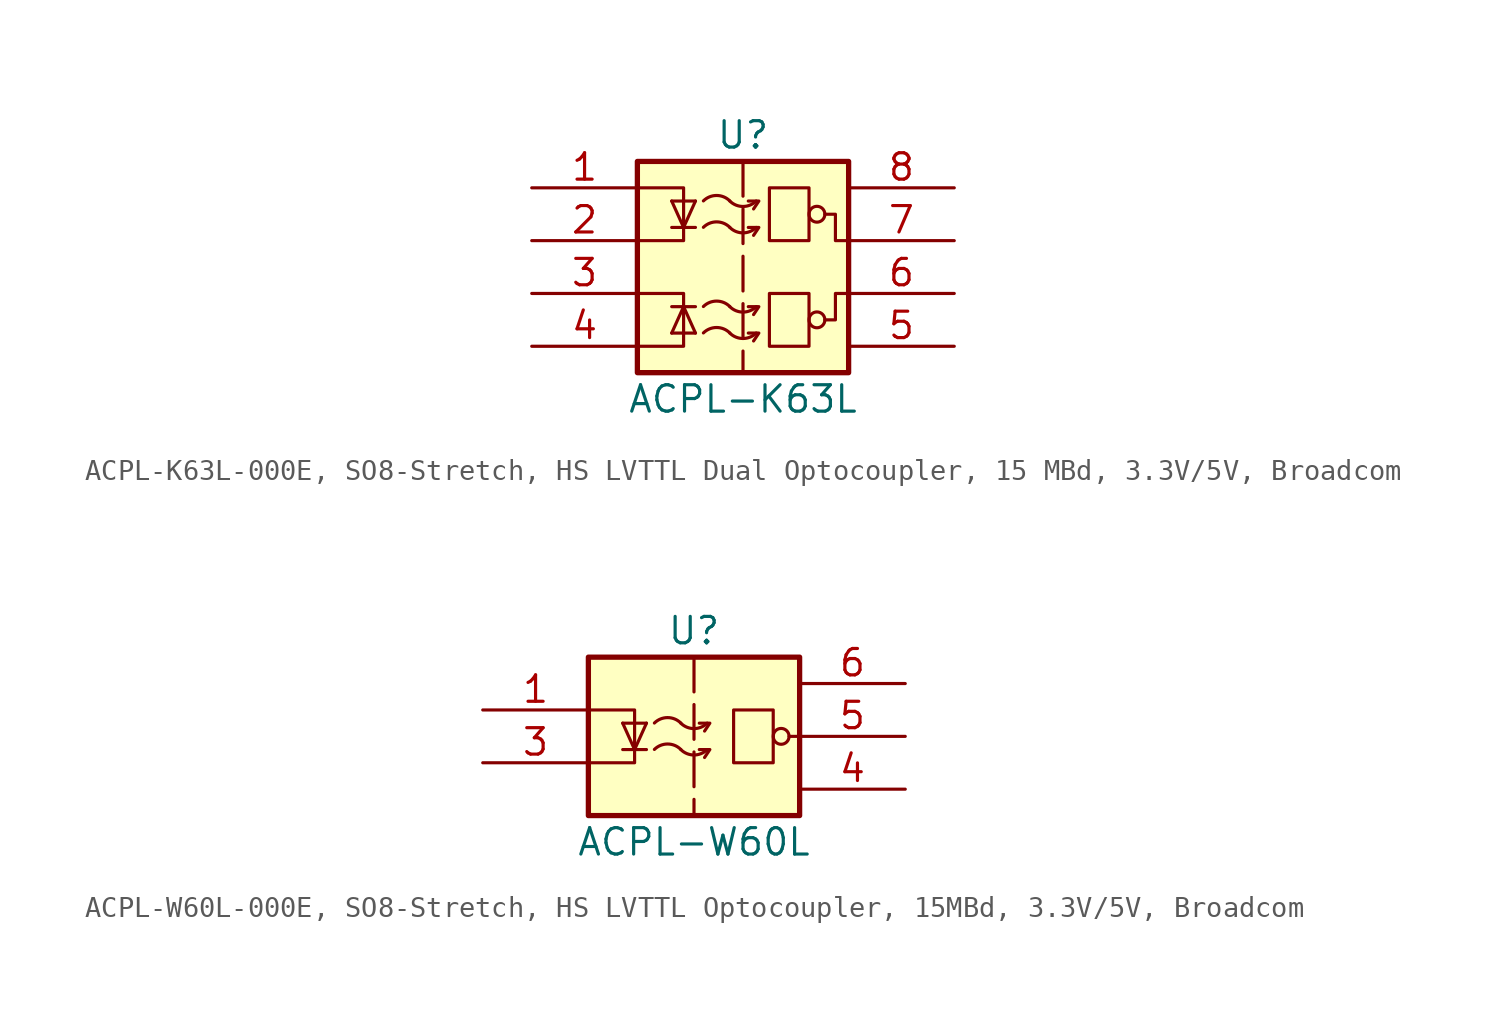
<source format=kicad_sym>
(kicad_symbol_lib
  (version 20241209)
  (generator "kicad_symbol_editor")
  (generator_version "9.0")
  (symbol "ACPL-K63L-000E, SO8-Stretch, HS LVTTL Dual Optocoupler, 15 MBd, 3.3V/5V, Broadcom"
    (pin_names
      (hide yes))
    (property "Reference" "U"
      (at 0 6.35 0)
      (effects (font (size 1.27 1.27))))
    (property "Value" "ACPL-K63L"
      (at 0 -6.35 0)
      (effects (font (size 1.27 1.27))))
    (symbol "ACPL-K63L-000E, SO8-Stretch, HS LVTTL Dual Optocoupler, 15 MBd, 3.3V/5V, Broadcom_0_1"
      (rectangle (start -5.08 5.08) (end 5.08 -5.08) (stroke (width 0.254) (type default)) (fill (type background)))
      (polyline (pts (xy -5.08 3.81) (xy -2.857 3.81) (xy -2.857 1.27) (xy -5.08 1.27)) (stroke (width 0.152) (type default)) (fill (type none)))
      (polyline (pts (xy -5.08 -3.81) (xy -2.857 -3.81) (xy -2.857 -1.27) (xy -5.08 -1.27)) (stroke (width 0.152) (type default)) (fill (type none)))
      (polyline (pts (xy -3.429 3.175) (xy -2.286 3.175)) (stroke (width 0.152) (type default)) (fill (type none)))
      (polyline (pts (xy -3.429 1.905) (xy -2.286 1.905)) (stroke (width 0.152) (type default)) (fill (type none)))
      (polyline (pts (xy -3.429 -1.905) (xy -2.286 -1.905)) (stroke (width 0.152) (type default)) (fill (type none)))
      (polyline (pts (xy -3.429 -3.175) (xy -2.286 -3.175)) (stroke (width 0.152) (type default)) (fill (type none)))
      (polyline (pts (xy -2.857 1.905) (xy -3.429 3.175)) (stroke (width 0.152) (type default)) (fill (type none)))
      (polyline (pts (xy -2.857 1.905) (xy -2.286 3.175)) (stroke (width 0.152) (type default)) (fill (type none)))
      (polyline (pts (xy -2.857 -1.905) (xy -3.429 -3.175)) (stroke (width 0.152) (type default)) (fill (type none)))
      (polyline (pts (xy -2.857 -1.905) (xy -2.286 -3.175)) (stroke (width 0.152) (type default)) (fill (type none)))
      (arc (start -1.905 3.1809) (mid -1.27 3.4422) (end -0.635 3.1809) (stroke (width 0.1524) (type default)) (fill (type none)))
      (arc (start -1.905 1.9109) (mid -1.27 2.1722) (end -0.635 1.9109) (stroke (width 0.1524) (type default)) (fill (type none)))
      (arc (start -1.905 -1.8991) (mid -1.27 -1.6378) (end -0.635 -1.8991) (stroke (width 0.1524) (type default)) (fill (type none)))
      (arc (start -1.905 -3.1691) (mid -1.27 -2.9078) (end -0.635 -3.1691) (stroke (width 0.1524) (type default)) (fill (type none)))
      (arc (start 0.635 3.175) (mid 0 2.9137) (end -0.635 3.175) (stroke (width 0.1524) (type default)) (fill (type none)))
      (arc (start 0.635 1.905) (mid 0 1.6437) (end -0.635 1.905) (stroke (width 0.1524) (type default)) (fill (type none)))
      (arc (start 0.635 -1.905) (mid 0 -2.1663) (end -0.635 -1.905) (stroke (width 0.1524) (type default)) (fill (type none)))
      (arc (start 0.635 -3.175) (mid 0 -3.4363) (end -0.635 -3.175) (stroke (width 0.1524) (type default)) (fill (type none)))
      (polyline (pts (xy 0.508 2.794) (xy 0.762 3.175) (xy 0.254 3.175)) (stroke (width 0.152) (type default)) (fill (type none)))
      (polyline (pts (xy 0.508 1.524) (xy 0.762 1.905) (xy 0.254 1.905)) (stroke (width 0.152) (type default)) (fill (type none)))
      (polyline (pts (xy 0.508 -2.286) (xy 0.762 -1.905) (xy 0.254 -1.905)) (stroke (width 0.152) (type default)) (fill (type none)))
      (polyline (pts (xy 0.508 -3.556) (xy 0.762 -3.175) (xy 0.254 -3.175)) (stroke (width 0.152) (type default)) (fill (type none)))
      (polyline (pts (xy 3.175 3.81) (xy 1.27 3.81) (xy 1.27 1.27) (xy 3.175 1.27) (xy 3.175 3.81)) (stroke (width 0.152) (type default)) (fill (type none)))
      (polyline (pts (xy 3.175 -1.27) (xy 1.27 -1.27) (xy 1.27 -3.81) (xy 3.175 -3.81) (xy 3.175 -1.27)) (stroke (width 0.152) (type default)) (fill (type none)))
      (circle (center 3.556 2.54) (radius 0.381) (stroke (width 0.152) (type default)) (fill (type none)))
      (circle (center 3.556 -2.54) (radius 0.381) (stroke (width 0.152) (type default)) (fill (type none)))
      (polyline (pts (xy 5.08 1.27) (xy 4.445 1.27) (xy 4.445 2.54) (xy 3.937 2.54)) (stroke (width 0.152) (type default)) (fill (type none)))
      (polyline (pts (xy 5.08 -1.27) (xy 4.445 -1.27) (xy 4.445 -2.54) (xy 3.937 -2.54)) (stroke (width 0.152) (type default)) (fill (type none))))
    (symbol "ACPL-K63L-000E, SO8-Stretch, HS LVTTL Dual Optocoupler, 15 MBd, 3.3V/5V, Broadcom_1_1"
      (polyline (pts (xy 0 5.08) (xy 0 -5.08)) (stroke (width 0.152) (type dash)) (fill (type none)))
      (pin passive line (at -10.16 3.81 0) (length 5.08) (name "A1" (effects (font (size 1.27 1.27)))) (number "1" (effects (font (size 1.27 1.27)))))
      (pin passive line (at -10.16 1.27 0) (length 5.08) (name "C1" (effects (font (size 1.27 1.27)))) (number "2" (effects (font (size 1.27 1.27)))))
      (pin passive line (at -10.16 -1.27 0) (length 5.08) (name "C2" (effects (font (size 1.27 1.27)))) (number "3" (effects (font (size 1.27 1.27)))))
      (pin passive line (at -10.16 -3.81 0) (length 5.08) (name "A2" (effects (font (size 1.27 1.27)))) (number "4" (effects (font (size 1.27 1.27)))))
      (pin power_in line (at 10.16 3.81 180) (length 5.08) (name "VCC" (effects (font (size 1.27 1.27)))) (number "8" (effects (font (size 1.27 1.27)))))
      (pin passive line (at 10.16 1.27 180) (length 5.08) (name "Vo1" (effects (font (size 1.27 1.27)))) (number "7" (effects (font (size 1.27 1.27)))))
      (pin passive line (at 10.16 -1.27 180) (length 5.08) (name "Vo2" (effects (font (size 1.27 1.27)))) (number "6" (effects (font (size 1.27 1.27)))))
      (pin power_in line (at 10.16 -3.81 180) (length 5.08) (name "GND" (effects (font (size 1.27 1.27)))) (number "5" (effects (font (size 1.27 1.27)))))))
  (symbol "ACPL-W60L-000E, SO8-Stretch, HS LVTTL Optocoupler, 15MBd, 3.3V/5V, Broadcom"
    (pin_names
      (hide yes))
    (property "Reference" "U"
      (at 0 5.08 0)
      (effects (font (size 1.27 1.27))))
    (property "Value" "ACPL-W60L"
      (at 0 -5.08 0)
      (effects (font (size 1.27 1.27))))
    (symbol "ACPL-W60L-000E, SO8-Stretch, HS LVTTL Optocoupler, 15MBd, 3.3V/5V, Broadcom_0_1"
      (rectangle (start -5.08 3.81) (end 5.08 -3.81) (stroke (width 0.254) (type default)) (fill (type background)))
      (polyline (pts (xy -5.08 1.27) (xy -2.857 1.27) (xy -2.857 -1.27) (xy -5.08 -1.27)) (stroke (width 0.152) (type default)) (fill (type none)))
      (polyline (pts (xy -3.429 0.635) (xy -2.286 0.635)) (stroke (width 0.152) (type default)) (fill (type none)))
      (polyline (pts (xy -3.429 -0.635) (xy -2.286 -0.635)) (stroke (width 0.152) (type default)) (fill (type none)))
      (polyline (pts (xy -2.857 -0.635) (xy -3.429 0.635)) (stroke (width 0.152) (type default)) (fill (type none)))
      (polyline (pts (xy -2.857 -0.635) (xy -2.286 0.635)) (stroke (width 0.152) (type default)) (fill (type none)))
      (arc (start -1.905 0.6409) (mid -1.27 0.9022) (end -0.635 0.6409) (stroke (width 0.1524) (type default)) (fill (type none)))
      (arc (start -1.905 -0.6291) (mid -1.27 -0.3678) (end -0.635 -0.6291) (stroke (width 0.1524) (type default)) (fill (type none)))
      (arc (start 0.635 0.635) (mid 0 0.3737) (end -0.635 0.635) (stroke (width 0.1524) (type default)) (fill (type none)))
      (arc (start 0.635 -0.635) (mid 0 -0.8963) (end -0.635 -0.635) (stroke (width 0.1524) (type default)) (fill (type none)))
      (polyline (pts (xy 0.508 0.254) (xy 0.762 0.635) (xy 0.254 0.635)) (stroke (width 0.152) (type default)) (fill (type none)))
      (polyline (pts (xy 0.508 -1.016) (xy 0.762 -0.635) (xy 0.254 -0.635)) (stroke (width 0.152) (type default)) (fill (type none)))
      (polyline (pts (xy 3.81 1.27) (xy 1.905 1.27) (xy 1.905 -1.27) (xy 3.81 -1.27) (xy 3.81 1.27)) (stroke (width 0.152) (type default)) (fill (type none)))
      (circle (center 4.191 0) (radius 0.381) (stroke (width 0.152) (type default)) (fill (type none))))
    (symbol "ACPL-W60L-000E, SO8-Stretch, HS LVTTL Optocoupler, 15MBd, 3.3V/5V, Broadcom_1_1"
      (polyline (pts (xy 0 3.81) (xy 0 -3.81)) (stroke (width 0.152) (type dash)) (fill (type none)))
      (polyline (pts (xy 5.08 0) (xy 4.572 0)) (stroke (width 0.152) (type default)) (fill (type none)))
      (pin passive line (at -10.16 1.27 0) (length 5.08) (name "A" (effects (font (size 1.27 1.27)))) (number "1" (effects (font (size 1.27 1.27)))))
      (pin passive line (at -10.16 -1.27 0) (length 5.08) (name "C" (effects (font (size 1.27 1.27)))) (number "3" (effects (font (size 1.27 1.27)))))
      (pin no_connect line (at -10.16 -3.81 0) (length 5.08) (hide yes) (name "N.C" (effects (font (size 1.27 1.27)))) (number "2" (effects (font (size 1.27 1.27)))))
      (pin power_in line (at 10.16 2.54 180) (length 5.08) (name "VCC" (effects (font (size 1.27 1.27)))) (number "6" (effects (font (size 1.27 1.27)))))
      (pin passive line (at 10.16 0 180) (length 5.08) (name "Vo" (effects (font (size 1.27 1.27)))) (number "5" (effects (font (size 1.27 1.27)))))
      (pin power_in line (at 10.16 -2.54 180) (length 5.08) (name "GND" (effects (font (size 1.27 1.27)))) (number "4" (effects (font (size 1.27 1.27))))))))
</source>
